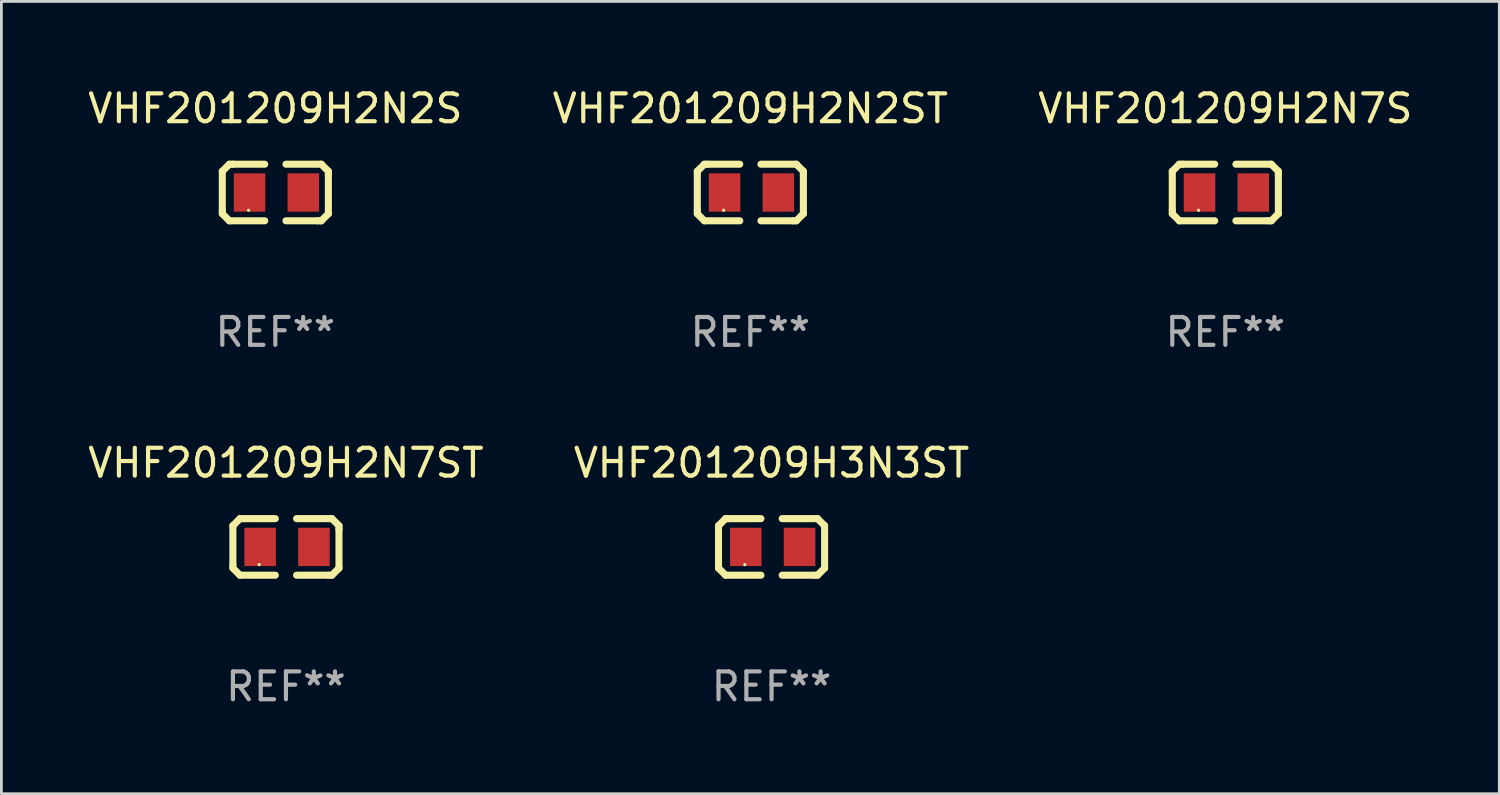
<source format=kicad_pcb>
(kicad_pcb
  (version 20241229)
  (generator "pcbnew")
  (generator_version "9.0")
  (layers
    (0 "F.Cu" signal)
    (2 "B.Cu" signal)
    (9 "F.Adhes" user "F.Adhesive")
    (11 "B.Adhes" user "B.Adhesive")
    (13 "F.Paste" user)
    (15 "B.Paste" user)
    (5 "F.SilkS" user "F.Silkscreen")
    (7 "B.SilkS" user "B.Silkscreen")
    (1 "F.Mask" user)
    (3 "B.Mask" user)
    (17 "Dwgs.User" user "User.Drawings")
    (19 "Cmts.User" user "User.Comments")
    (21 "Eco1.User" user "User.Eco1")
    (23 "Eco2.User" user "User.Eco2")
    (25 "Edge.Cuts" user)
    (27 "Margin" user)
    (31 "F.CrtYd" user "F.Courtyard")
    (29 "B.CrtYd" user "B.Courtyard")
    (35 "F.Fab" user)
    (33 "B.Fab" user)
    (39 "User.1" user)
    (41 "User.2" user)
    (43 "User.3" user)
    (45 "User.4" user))
  (footprint "VHF201209H2N2ST"
    (layer "F.Cu")
    (at 23.899 3.864)
    (property "Reference" "VHF201209H2N2ST" (at 0 -3.016 0) (layer "F.SilkS") (effects (font (size 1 1) (thickness 0.15))))
    (attr through_hole)
    (fp_line (start -1.905 -0.762) (end -1.905 0.635) (stroke (width 0.254) (type solid)) (layer "F.SilkS"))
    (fp_line (start -1.905 0.635) (end -1.905 0.762) (stroke (width 0.254) (type solid)) (layer "F.SilkS"))
    (fp_line (start -1.905 0.762) (end -1.651 1.016) (stroke (width 0.254) (type solid)) (layer "F.SilkS"))
    (fp_line (start -1.651 -1.016) (end -1.905 -0.762) (stroke (width 0.254) (type solid)) (layer "F.SilkS"))
    (fp_line (start -1.651 1.016) (end -0.381 1.016) (stroke (width 0.254) (type solid)) (layer "F.SilkS"))
    (fp_line (start -1.524 -1.016) (end -1.651 -1.016) (stroke (width 0.254) (type solid)) (layer "F.SilkS"))
    (fp_line (start -0.381 -1.016) (end -1.524 -1.016) (stroke (width 0.254) (type solid)) (layer "F.SilkS"))
    (fp_line (start 0.381 1.016) (end 1.524 1.016) (stroke (width 0.254) (type solid)) (layer "F.SilkS"))
    (fp_line (start 1.524 1.016) (end 1.651 1.016) (stroke (width 0.254) (type solid)) (layer "F.SilkS"))
    (fp_line (start 1.651 -1.016) (end 0.381 -1.016) (stroke (width 0.254) (type solid)) (layer "F.SilkS"))
    (fp_line (start 1.651 1.016) (end 1.905 0.762) (stroke (width 0.254) (type solid)) (layer "F.SilkS"))
    (fp_line (start 1.905 -0.762) (end 1.651 -1.016) (stroke (width 0.254) (type solid)) (layer "F.SilkS"))
    (fp_line (start 1.905 -0.635) (end 1.905 -0.762) (stroke (width 0.254) (type solid)) (layer "F.SilkS"))
    (fp_line (start 1.905 0.762) (end 1.905 -0.635) (stroke (width 0.254) (type solid)) (layer "F.SilkS"))
    (fp_circle (center -0.96 0.637) (end -0.93 0.637) (stroke (width 0.06) (type solid)) (fill no) (layer "F.SilkS"))
    (fp_text user "REF**" (at 0 5.016 0) (layer "F.Fab") (effects (font (size 1 1) (thickness 0.15))))
    (pad "1" smd rect (at -0.926 -0.000051) (size 1.133 1.377) (layers "F.Cu" "F.Mask" "F.Paste"))
    (pad "2" smd rect (at 1.006 -0.000051) (size 1.133 1.377) (layers "F.Cu" "F.Mask" "F.Paste")))
  (footprint "VHF201209H2N7S"
    (layer "F.Cu")
    (at 40.958 3.864)
    (property "Reference" "VHF201209H2N7S" (at 0 -3.016 0) (layer "F.SilkS") (effects (font (size 1 1) (thickness 0.15))))
    (attr through_hole)
    (fp_line (start -1.905 -0.762) (end -1.905 0.635) (stroke (width 0.254) (type solid)) (layer "F.SilkS"))
    (fp_line (start -1.905 0.635) (end -1.905 0.762) (stroke (width 0.254) (type solid)) (layer "F.SilkS"))
    (fp_line (start -1.905 0.762) (end -1.651 1.016) (stroke (width 0.254) (type solid)) (layer "F.SilkS"))
    (fp_line (start -1.651 -1.016) (end -1.905 -0.762) (stroke (width 0.254) (type solid)) (layer "F.SilkS"))
    (fp_line (start -1.651 1.016) (end -0.381 1.016) (stroke (width 0.254) (type solid)) (layer "F.SilkS"))
    (fp_line (start -1.524 -1.016) (end -1.651 -1.016) (stroke (width 0.254) (type solid)) (layer "F.SilkS"))
    (fp_line (start -0.381 -1.016) (end -1.524 -1.016) (stroke (width 0.254) (type solid)) (layer "F.SilkS"))
    (fp_line (start 0.381 1.016) (end 1.524 1.016) (stroke (width 0.254) (type solid)) (layer "F.SilkS"))
    (fp_line (start 1.524 1.016) (end 1.651 1.016) (stroke (width 0.254) (type solid)) (layer "F.SilkS"))
    (fp_line (start 1.651 -1.016) (end 0.381 -1.016) (stroke (width 0.254) (type solid)) (layer "F.SilkS"))
    (fp_line (start 1.651 1.016) (end 1.905 0.762) (stroke (width 0.254) (type solid)) (layer "F.SilkS"))
    (fp_line (start 1.905 -0.762) (end 1.651 -1.016) (stroke (width 0.254) (type solid)) (layer "F.SilkS"))
    (fp_line (start 1.905 -0.635) (end 1.905 -0.762) (stroke (width 0.254) (type solid)) (layer "F.SilkS"))
    (fp_line (start 1.905 0.762) (end 1.905 -0.635) (stroke (width 0.254) (type solid)) (layer "F.SilkS"))
    (fp_circle (center -0.96 0.637) (end -0.93 0.637) (stroke (width 0.06) (type solid)) (fill no) (layer "F.SilkS"))
    (fp_text user "REF**" (at 0 5.016 0) (layer "F.Fab") (effects (font (size 1 1) (thickness 0.15))))
    (pad "1" smd rect (at -0.926 -0.000051) (size 1.133 1.377) (layers "F.Cu" "F.Mask" "F.Paste"))
    (pad "2" smd rect (at 1.006 -0.000051) (size 1.133 1.377) (layers "F.Cu" "F.Mask" "F.Paste")))
  (footprint "VHF201209H2N2S"
    (layer "F.Cu")
    (at 6.839 3.864)
    (property "Reference" "VHF201209H2N2S" (at 0 -3.016 0) (layer "F.SilkS") (effects (font (size 1 1) (thickness 0.15))))
    (attr through_hole)
    (fp_line (start -1.905 -0.762) (end -1.905 0.635) (stroke (width 0.254) (type solid)) (layer "F.SilkS"))
    (fp_line (start -1.905 0.635) (end -1.905 0.762) (stroke (width 0.254) (type solid)) (layer "F.SilkS"))
    (fp_line (start -1.905 0.762) (end -1.651 1.016) (stroke (width 0.254) (type solid)) (layer "F.SilkS"))
    (fp_line (start -1.651 -1.016) (end -1.905 -0.762) (stroke (width 0.254) (type solid)) (layer "F.SilkS"))
    (fp_line (start -1.651 1.016) (end -0.381 1.016) (stroke (width 0.254) (type solid)) (layer "F.SilkS"))
    (fp_line (start -1.524 -1.016) (end -1.651 -1.016) (stroke (width 0.254) (type solid)) (layer "F.SilkS"))
    (fp_line (start -0.381 -1.016) (end -1.524 -1.016) (stroke (width 0.254) (type solid)) (layer "F.SilkS"))
    (fp_line (start 0.381 1.016) (end 1.524 1.016) (stroke (width 0.254) (type solid)) (layer "F.SilkS"))
    (fp_line (start 1.524 1.016) (end 1.651 1.016) (stroke (width 0.254) (type solid)) (layer "F.SilkS"))
    (fp_line (start 1.651 -1.016) (end 0.381 -1.016) (stroke (width 0.254) (type solid)) (layer "F.SilkS"))
    (fp_line (start 1.651 1.016) (end 1.905 0.762) (stroke (width 0.254) (type solid)) (layer "F.SilkS"))
    (fp_line (start 1.905 -0.762) (end 1.651 -1.016) (stroke (width 0.254) (type solid)) (layer "F.SilkS"))
    (fp_line (start 1.905 -0.635) (end 1.905 -0.762) (stroke (width 0.254) (type solid)) (layer "F.SilkS"))
    (fp_line (start 1.905 0.762) (end 1.905 -0.635) (stroke (width 0.254) (type solid)) (layer "F.SilkS"))
    (fp_circle (center -0.96 0.637) (end -0.93 0.637) (stroke (width 0.06) (type solid)) (fill no) (layer "F.SilkS"))
    (fp_text user "REF**" (at 0 5.016 0) (layer "F.Fab") (effects (font (size 1 1) (thickness 0.15))))
    (pad "1" smd rect (at -0.926 -0.000051) (size 1.133 1.377) (layers "F.Cu" "F.Mask" "F.Paste"))
    (pad "2" smd rect (at 1.006 -0.000051) (size 1.133 1.377) (layers "F.Cu" "F.Mask" "F.Paste")))
  (footprint "VHF201209H2N7ST"
    (layer "F.Cu")
    (at 7.22 16.593)
    (property "Reference" "VHF201209H2N7ST" (at 0 -3.016 0) (layer "F.SilkS") (effects (font (size 1 1) (thickness 0.15))))
    (attr through_hole)
    (fp_line (start -1.905 -0.762) (end -1.905 0.635) (stroke (width 0.254) (type solid)) (layer "F.SilkS"))
    (fp_line (start -1.905 0.635) (end -1.905 0.762) (stroke (width 0.254) (type solid)) (layer "F.SilkS"))
    (fp_line (start -1.905 0.762) (end -1.651 1.016) (stroke (width 0.254) (type solid)) (layer "F.SilkS"))
    (fp_line (start -1.651 -1.016) (end -1.905 -0.762) (stroke (width 0.254) (type solid)) (layer "F.SilkS"))
    (fp_line (start -1.651 1.016) (end -0.381 1.016) (stroke (width 0.254) (type solid)) (layer "F.SilkS"))
    (fp_line (start -1.524 -1.016) (end -1.651 -1.016) (stroke (width 0.254) (type solid)) (layer "F.SilkS"))
    (fp_line (start -0.381 -1.016) (end -1.524 -1.016) (stroke (width 0.254) (type solid)) (layer "F.SilkS"))
    (fp_line (start 0.381 1.016) (end 1.524 1.016) (stroke (width 0.254) (type solid)) (layer "F.SilkS"))
    (fp_line (start 1.524 1.016) (end 1.651 1.016) (stroke (width 0.254) (type solid)) (layer "F.SilkS"))
    (fp_line (start 1.651 -1.016) (end 0.381 -1.016) (stroke (width 0.254) (type solid)) (layer "F.SilkS"))
    (fp_line (start 1.651 1.016) (end 1.905 0.762) (stroke (width 0.254) (type solid)) (layer "F.SilkS"))
    (fp_line (start 1.905 -0.762) (end 1.651 -1.016) (stroke (width 0.254) (type solid)) (layer "F.SilkS"))
    (fp_line (start 1.905 -0.635) (end 1.905 -0.762) (stroke (width 0.254) (type solid)) (layer "F.SilkS"))
    (fp_line (start 1.905 0.762) (end 1.905 -0.635) (stroke (width 0.254) (type solid)) (layer "F.SilkS"))
    (fp_circle (center -0.96 0.637) (end -0.93 0.637) (stroke (width 0.06) (type solid)) (fill no) (layer "F.SilkS"))
    (fp_text user "REF**" (at 0 5.016 0) (layer "F.Fab") (effects (font (size 1 1) (thickness 0.15))))
    (pad "1" smd rect (at -0.926 -0.000051) (size 1.133 1.377) (layers "F.Cu" "F.Mask" "F.Paste"))
    (pad "2" smd rect (at 1.006 -0.000051) (size 1.133 1.377) (layers "F.Cu" "F.Mask" "F.Paste")))
  (footprint "VHF201209H3N3ST"
    (layer "F.Cu")
    (at 24.661 16.593)
    (property "Reference" "VHF201209H3N3ST" (at 0 -3.016 0) (layer "F.SilkS") (effects (font (size 1 1) (thickness 0.15))))
    (attr through_hole)
    (fp_line (start -1.905 -0.762) (end -1.905 0.635) (stroke (width 0.254) (type solid)) (layer "F.SilkS"))
    (fp_line (start -1.905 0.635) (end -1.905 0.762) (stroke (width 0.254) (type solid)) (layer "F.SilkS"))
    (fp_line (start -1.905 0.762) (end -1.651 1.016) (stroke (width 0.254) (type solid)) (layer "F.SilkS"))
    (fp_line (start -1.651 -1.016) (end -1.905 -0.762) (stroke (width 0.254) (type solid)) (layer "F.SilkS"))
    (fp_line (start -1.651 1.016) (end -0.381 1.016) (stroke (width 0.254) (type solid)) (layer "F.SilkS"))
    (fp_line (start -1.524 -1.016) (end -1.651 -1.016) (stroke (width 0.254) (type solid)) (layer "F.SilkS"))
    (fp_line (start -0.381 -1.016) (end -1.524 -1.016) (stroke (width 0.254) (type solid)) (layer "F.SilkS"))
    (fp_line (start 0.381 1.016) (end 1.524 1.016) (stroke (width 0.254) (type solid)) (layer "F.SilkS"))
    (fp_line (start 1.524 1.016) (end 1.651 1.016) (stroke (width 0.254) (type solid)) (layer "F.SilkS"))
    (fp_line (start 1.651 -1.016) (end 0.381 -1.016) (stroke (width 0.254) (type solid)) (layer "F.SilkS"))
    (fp_line (start 1.651 1.016) (end 1.905 0.762) (stroke (width 0.254) (type solid)) (layer "F.SilkS"))
    (fp_line (start 1.905 -0.762) (end 1.651 -1.016) (stroke (width 0.254) (type solid)) (layer "F.SilkS"))
    (fp_line (start 1.905 -0.635) (end 1.905 -0.762) (stroke (width 0.254) (type solid)) (layer "F.SilkS"))
    (fp_line (start 1.905 0.762) (end 1.905 -0.635) (stroke (width 0.254) (type solid)) (layer "F.SilkS"))
    (fp_circle (center -0.96 0.637) (end -0.93 0.637) (stroke (width 0.06) (type solid)) (fill no) (layer "F.SilkS"))
    (fp_text user "REF**" (at 0 5.016 0) (layer "F.Fab") (effects (font (size 1 1) (thickness 0.15))))
    (pad "1" smd rect (at -0.926 -0.000051) (size 1.133 1.377) (layers "F.Cu" "F.Mask" "F.Paste"))
    (pad "2" smd rect (at 1.006 -0.000051) (size 1.133 1.377) (layers "F.Cu" "F.Mask" "F.Paste")))
  (gr_rect
    (start -3 -3)
    (end 50.798 25.457)
    (stroke (width 0.1) (type default))
    (fill no)
    (layer "Edge.Cuts")))
</source>
